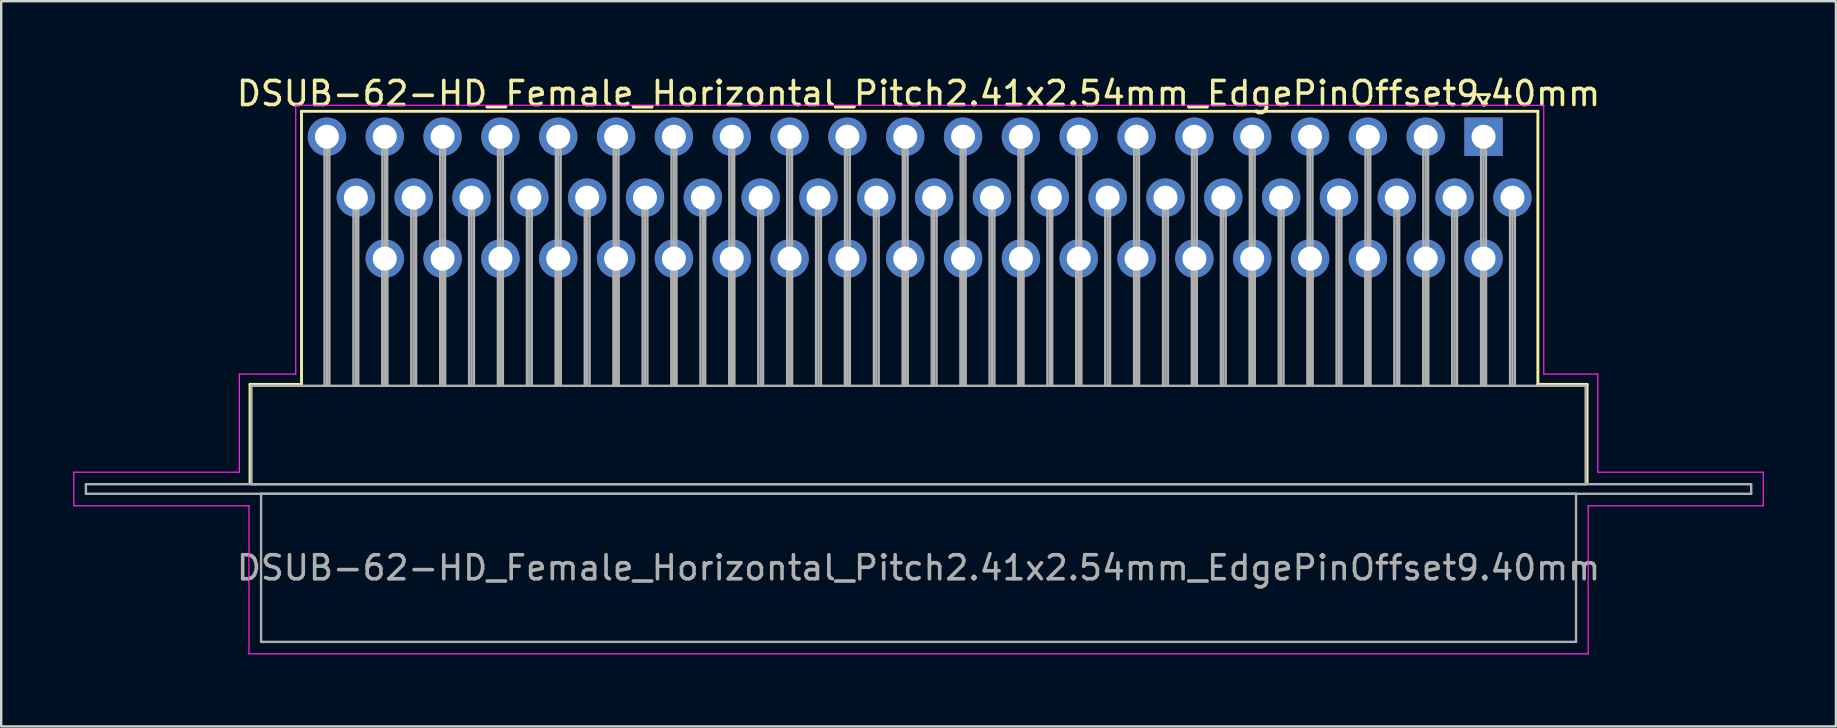
<source format=kicad_pcb>
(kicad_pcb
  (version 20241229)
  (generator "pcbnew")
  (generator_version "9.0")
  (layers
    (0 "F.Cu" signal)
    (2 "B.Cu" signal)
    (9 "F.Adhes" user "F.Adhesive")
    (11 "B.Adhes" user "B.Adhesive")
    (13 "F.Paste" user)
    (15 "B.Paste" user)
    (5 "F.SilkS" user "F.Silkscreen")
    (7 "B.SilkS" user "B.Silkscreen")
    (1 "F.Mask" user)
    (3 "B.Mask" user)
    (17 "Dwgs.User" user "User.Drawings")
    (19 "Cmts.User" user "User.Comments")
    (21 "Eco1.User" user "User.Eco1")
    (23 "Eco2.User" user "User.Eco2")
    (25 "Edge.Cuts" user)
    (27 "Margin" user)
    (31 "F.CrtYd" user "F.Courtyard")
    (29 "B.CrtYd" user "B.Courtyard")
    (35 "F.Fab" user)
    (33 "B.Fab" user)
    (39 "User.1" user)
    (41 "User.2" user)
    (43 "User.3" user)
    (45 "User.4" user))
  (footprint "DSUB-62-HD_Female_Horizontal_Pitch2.41x2.54mm_EdgePinOffset9.40mm"
    (layer "F.Cu")
    (at 58.775 2.648)
    (property "Reference" "DSUB-62-HD_Female_Horizontal_Pitch2.41x2.54mm_EdgePinOffset9.40mm" (at -23.545 -1.8 0) (layer "F.SilkS") (effects (font (size 1 1) (thickness 0.15))))
    (attr through_hole)
    (fp_line (start -51.405 10.32) (end -49.26 10.32) (stroke (width 0.12) (type solid)) (layer "F.SilkS"))
    (fp_line (start -51.405 14.42) (end -51.405 10.32) (stroke (width 0.12) (type solid)) (layer "F.SilkS"))
    (fp_line (start -49.26 -1.06) (end 2.265 -1.06) (stroke (width 0.12) (type solid)) (layer "F.SilkS"))
    (fp_line (start -49.26 10.32) (end -49.26 -1.06) (stroke (width 0.12) (type solid)) (layer "F.SilkS"))
    (fp_line (start -0.25 -1.754) (end 0.25 -1.754) (stroke (width 0.12) (type solid)) (layer "F.SilkS"))
    (fp_line (start 0 -1.321) (end -0.25 -1.754) (stroke (width 0.12) (type solid)) (layer "F.SilkS"))
    (fp_line (start 0.25 -1.754) (end 0 -1.321) (stroke (width 0.12) (type solid)) (layer "F.SilkS"))
    (fp_line (start 2.265 -1.06) (end 2.265 10.32) (stroke (width 0.12) (type solid)) (layer "F.SilkS"))
    (fp_line (start 2.265 10.32) (end 4.315 10.32) (stroke (width 0.12) (type solid)) (layer "F.SilkS"))
    (fp_line (start 4.315 10.32) (end 4.315 14.42) (stroke (width 0.12) (type solid)) (layer "F.SilkS"))
    (fp_line (start -58.75 13.98) (end -51.85 13.98) (stroke (width 0.05) (type solid)) (layer "F.CrtYd"))
    (fp_line (start -58.75 15.38) (end -58.75 13.98) (stroke (width 0.05) (type solid)) (layer "F.CrtYd"))
    (fp_line (start -51.85 9.89) (end -49.5 9.89) (stroke (width 0.05) (type solid)) (layer "F.CrtYd"))
    (fp_line (start -51.85 13.98) (end -51.85 9.89) (stroke (width 0.05) (type solid)) (layer "F.CrtYd"))
    (fp_line (start -51.45 15.38) (end -58.75 15.38) (stroke (width 0.05) (type solid)) (layer "F.CrtYd"))
    (fp_line (start -51.45 21.55) (end -51.45 15.38) (stroke (width 0.05) (type solid)) (layer "F.CrtYd"))
    (fp_line (start -49.5 -1.31) (end 2.51 -1.31) (stroke (width 0.05) (type solid)) (layer "F.CrtYd"))
    (fp_line (start -49.5 9.89) (end -49.5 -1.31) (stroke (width 0.05) (type solid)) (layer "F.CrtYd"))
    (fp_line (start 2.51 -1.31) (end 2.51 9.89) (stroke (width 0.05) (type solid)) (layer "F.CrtYd"))
    (fp_line (start 2.51 9.89) (end 4.76 9.89) (stroke (width 0.05) (type solid)) (layer "F.CrtYd"))
    (fp_line (start 4.36 15.38) (end 4.36 21.55) (stroke (width 0.05) (type solid)) (layer "F.CrtYd"))
    (fp_line (start 4.36 21.55) (end -51.45 21.55) (stroke (width 0.05) (type solid)) (layer "F.CrtYd"))
    (fp_line (start 4.76 9.89) (end 4.76 13.98) (stroke (width 0.05) (type solid)) (layer "F.CrtYd"))
    (fp_line (start 4.76 13.98) (end 11.66 13.98) (stroke (width 0.05) (type solid)) (layer "F.CrtYd"))
    (fp_line (start 11.66 13.98) (end 11.66 15.38) (stroke (width 0.05) (type solid)) (layer "F.CrtYd"))
    (fp_line (start 11.66 15.38) (end 4.36 15.38) (stroke (width 0.05) (type solid)) (layer "F.CrtYd"))
    (fp_line (start -58.245 14.48) (end -58.245 14.88) (stroke (width 0.1) (type solid)) (layer "F.Fab"))
    (fp_line (start -58.245 14.88) (end 11.155 14.88) (stroke (width 0.1) (type solid)) (layer "F.Fab"))
    (fp_line (start -51.345 10.38) (end -51.345 14.48) (stroke (width 0.1) (type solid)) (layer "F.Fab"))
    (fp_line (start -51.345 14.48) (end 4.255 14.48) (stroke (width 0.1) (type solid)) (layer "F.Fab"))
    (fp_line (start -50.945 14.88) (end -50.945 21.05) (stroke (width 0.1) (type solid)) (layer "F.Fab"))
    (fp_line (start -50.945 21.05) (end 3.855 21.05) (stroke (width 0.1) (type solid)) (layer "F.Fab"))
    (fp_line (start -48.3 0) (end -48.3 10.38) (stroke (width 0.1) (type solid)) (layer "F.Fab"))
    (fp_line (start -48.2 0) (end -48.2 10.38) (stroke (width 0.1) (type solid)) (layer "F.Fab"))
    (fp_line (start -48.1 0) (end -48.1 10.38) (stroke (width 0.1) (type solid)) (layer "F.Fab"))
    (fp_line (start -47.095 2.54) (end -47.095 10.38) (stroke (width 0.1) (type solid)) (layer "F.Fab"))
    (fp_line (start -46.995 2.54) (end -46.995 10.38) (stroke (width 0.1) (type solid)) (layer "F.Fab"))
    (fp_line (start -46.895 2.54) (end -46.895 10.38) (stroke (width 0.1) (type solid)) (layer "F.Fab"))
    (fp_line (start -45.89 0) (end -45.89 10.38) (stroke (width 0.1) (type solid)) (layer "F.Fab"))
    (fp_line (start -45.89 5.08) (end -45.89 10.38) (stroke (width 0.1) (type solid)) (layer "F.Fab"))
    (fp_line (start -45.79 0) (end -45.79 10.38) (stroke (width 0.1) (type solid)) (layer "F.Fab"))
    (fp_line (start -45.79 5.08) (end -45.79 10.38) (stroke (width 0.1) (type solid)) (layer "F.Fab"))
    (fp_line (start -45.69 0) (end -45.69 10.38) (stroke (width 0.1) (type solid)) (layer "F.Fab"))
    (fp_line (start -45.69 5.08) (end -45.69 10.38) (stroke (width 0.1) (type solid)) (layer "F.Fab"))
    (fp_line (start -44.685 2.54) (end -44.685 10.38) (stroke (width 0.1) (type solid)) (layer "F.Fab"))
    (fp_line (start -44.585 2.54) (end -44.585 10.38) (stroke (width 0.1) (type solid)) (layer "F.Fab"))
    (fp_line (start -44.485 2.54) (end -44.485 10.38) (stroke (width 0.1) (type solid)) (layer "F.Fab"))
    (fp_line (start -43.48 0) (end -43.48 10.38) (stroke (width 0.1) (type solid)) (layer "F.Fab"))
    (fp_line (start -43.48 5.08) (end -43.48 10.38) (stroke (width 0.1) (type solid)) (layer "F.Fab"))
    (fp_line (start -43.38 0) (end -43.38 10.38) (stroke (width 0.1) (type solid)) (layer "F.Fab"))
    (fp_line (start -43.38 5.08) (end -43.38 10.38) (stroke (width 0.1) (type solid)) (layer "F.Fab"))
    (fp_line (start -43.28 0) (end -43.28 10.38) (stroke (width 0.1) (type solid)) (layer "F.Fab"))
    (fp_line (start -43.28 5.08) (end -43.28 10.38) (stroke (width 0.1) (type solid)) (layer "F.Fab"))
    (fp_line (start -42.275 2.54) (end -42.275 10.38) (stroke (width 0.1) (type solid)) (layer "F.Fab"))
    (fp_line (start -42.175 2.54) (end -42.175 10.38) (stroke (width 0.1) (type solid)) (layer "F.Fab"))
    (fp_line (start -42.075 2.54) (end -42.075 10.38) (stroke (width 0.1) (type solid)) (layer "F.Fab"))
    (fp_line (start -41.07 0) (end -41.07 10.38) (stroke (width 0.1) (type solid)) (layer "F.Fab"))
    (fp_line (start -41.07 5.08) (end -41.07 10.38) (stroke (width 0.1) (type solid)) (layer "F.Fab"))
    (fp_line (start -40.97 0) (end -40.97 10.38) (stroke (width 0.1) (type solid)) (layer "F.Fab"))
    (fp_line (start -40.97 5.08) (end -40.97 10.38) (stroke (width 0.1) (type solid)) (layer "F.Fab"))
    (fp_line (start -40.87 0) (end -40.87 10.38) (stroke (width 0.1) (type solid)) (layer "F.Fab"))
    (fp_line (start -40.87 5.08) (end -40.87 10.38) (stroke (width 0.1) (type solid)) (layer "F.Fab"))
    (fp_line (start -39.865 2.54) (end -39.865 10.38) (stroke (width 0.1) (type solid)) (layer "F.Fab"))
    (fp_line (start -39.765 2.54) (end -39.765 10.38) (stroke (width 0.1) (type solid)) (layer "F.Fab"))
    (fp_line (start -39.665 2.54) (end -39.665 10.38) (stroke (width 0.1) (type solid)) (layer "F.Fab"))
    (fp_line (start -38.66 0) (end -38.66 10.38) (stroke (width 0.1) (type solid)) (layer "F.Fab"))
    (fp_line (start -38.66 5.08) (end -38.66 10.38) (stroke (width 0.1) (type solid)) (layer "F.Fab"))
    (fp_line (start -38.56 0) (end -38.56 10.38) (stroke (width 0.1) (type solid)) (layer "F.Fab"))
    (fp_line (start -38.56 5.08) (end -38.56 10.38) (stroke (width 0.1) (type solid)) (layer "F.Fab"))
    (fp_line (start -38.46 0) (end -38.46 10.38) (stroke (width 0.1) (type solid)) (layer "F.Fab"))
    (fp_line (start -38.46 5.08) (end -38.46 10.38) (stroke (width 0.1) (type solid)) (layer "F.Fab"))
    (fp_line (start -37.455 2.54) (end -37.455 10.38) (stroke (width 0.1) (type solid)) (layer "F.Fab"))
    (fp_line (start -37.355 2.54) (end -37.355 10.38) (stroke (width 0.1) (type solid)) (layer "F.Fab"))
    (fp_line (start -37.255 2.54) (end -37.255 10.38) (stroke (width 0.1) (type solid)) (layer "F.Fab"))
    (fp_line (start -36.25 0) (end -36.25 10.38) (stroke (width 0.1) (type solid)) (layer "F.Fab"))
    (fp_line (start -36.25 5.08) (end -36.25 10.38) (stroke (width 0.1) (type solid)) (layer "F.Fab"))
    (fp_line (start -36.15 0) (end -36.15 10.38) (stroke (width 0.1) (type solid)) (layer "F.Fab"))
    (fp_line (start -36.15 5.08) (end -36.15 10.38) (stroke (width 0.1) (type solid)) (layer "F.Fab"))
    (fp_line (start -36.05 0) (end -36.05 10.38) (stroke (width 0.1) (type solid)) (layer "F.Fab"))
    (fp_line (start -36.05 5.08) (end -36.05 10.38) (stroke (width 0.1) (type solid)) (layer "F.Fab"))
    (fp_line (start -35.045 2.54) (end -35.045 10.38) (stroke (width 0.1) (type solid)) (layer "F.Fab"))
    (fp_line (start -34.945 2.54) (end -34.945 10.38) (stroke (width 0.1) (type solid)) (layer "F.Fab"))
    (fp_line (start -34.845 2.54) (end -34.845 10.38) (stroke (width 0.1) (type solid)) (layer "F.Fab"))
    (fp_line (start -33.84 0) (end -33.84 10.38) (stroke (width 0.1) (type solid)) (layer "F.Fab"))
    (fp_line (start -33.84 5.08) (end -33.84 10.38) (stroke (width 0.1) (type solid)) (layer "F.Fab"))
    (fp_line (start -33.74 0) (end -33.74 10.38) (stroke (width 0.1) (type solid)) (layer "F.Fab"))
    (fp_line (start -33.74 5.08) (end -33.74 10.38) (stroke (width 0.1) (type solid)) (layer "F.Fab"))
    (fp_line (start -33.64 0) (end -33.64 10.38) (stroke (width 0.1) (type solid)) (layer "F.Fab"))
    (fp_line (start -33.64 5.08) (end -33.64 10.38) (stroke (width 0.1) (type solid)) (layer "F.Fab"))
    (fp_line (start -32.635 2.54) (end -32.635 10.38) (stroke (width 0.1) (type solid)) (layer "F.Fab"))
    (fp_line (start -32.535 2.54) (end -32.535 10.38) (stroke (width 0.1) (type solid)) (layer "F.Fab"))
    (fp_line (start -32.435 2.54) (end -32.435 10.38) (stroke (width 0.1) (type solid)) (layer "F.Fab"))
    (fp_line (start -31.43 0) (end -31.43 10.38) (stroke (width 0.1) (type solid)) (layer "F.Fab"))
    (fp_line (start -31.43 5.08) (end -31.43 10.38) (stroke (width 0.1) (type solid)) (layer "F.Fab"))
    (fp_line (start -31.33 0) (end -31.33 10.38) (stroke (width 0.1) (type solid)) (layer "F.Fab"))
    (fp_line (start -31.33 5.08) (end -31.33 10.38) (stroke (width 0.1) (type solid)) (layer "F.Fab"))
    (fp_line (start -31.23 0) (end -31.23 10.38) (stroke (width 0.1) (type solid)) (layer "F.Fab"))
    (fp_line (start -31.23 5.08) (end -31.23 10.38) (stroke (width 0.1) (type solid)) (layer "F.Fab"))
    (fp_line (start -30.225 2.54) (end -30.225 10.38) (stroke (width 0.1) (type solid)) (layer "F.Fab"))
    (fp_line (start -30.125 2.54) (end -30.125 10.38) (stroke (width 0.1) (type solid)) (layer "F.Fab"))
    (fp_line (start -30.025 2.54) (end -30.025 10.38) (stroke (width 0.1) (type solid)) (layer "F.Fab"))
    (fp_line (start -29.02 0) (end -29.02 10.38) (stroke (width 0.1) (type solid)) (layer "F.Fab"))
    (fp_line (start -29.02 5.08) (end -29.02 10.38) (stroke (width 0.1) (type solid)) (layer "F.Fab"))
    (fp_line (start -28.92 0) (end -28.92 10.38) (stroke (width 0.1) (type solid)) (layer "F.Fab"))
    (fp_line (start -28.92 5.08) (end -28.92 10.38) (stroke (width 0.1) (type solid)) (layer "F.Fab"))
    (fp_line (start -28.82 0) (end -28.82 10.38) (stroke (width 0.1) (type solid)) (layer "F.Fab"))
    (fp_line (start -28.82 5.08) (end -28.82 10.38) (stroke (width 0.1) (type solid)) (layer "F.Fab"))
    (fp_line (start -27.815 2.54) (end -27.815 10.38) (stroke (width 0.1) (type solid)) (layer "F.Fab"))
    (fp_line (start -27.715 2.54) (end -27.715 10.38) (stroke (width 0.1) (type solid)) (layer "F.Fab"))
    (fp_line (start -27.615 2.54) (end -27.615 10.38) (stroke (width 0.1) (type solid)) (layer "F.Fab"))
    (fp_line (start -26.61 0) (end -26.61 10.38) (stroke (width 0.1) (type solid)) (layer "F.Fab"))
    (fp_line (start -26.61 5.08) (end -26.61 10.38) (stroke (width 0.1) (type solid)) (layer "F.Fab"))
    (fp_line (start -26.51 0) (end -26.51 10.38) (stroke (width 0.1) (type solid)) (layer "F.Fab"))
    (fp_line (start -26.51 5.08) (end -26.51 10.38) (stroke (width 0.1) (type solid)) (layer "F.Fab"))
    (fp_line (start -26.41 0) (end -26.41 10.38) (stroke (width 0.1) (type solid)) (layer "F.Fab"))
    (fp_line (start -26.41 5.08) (end -26.41 10.38) (stroke (width 0.1) (type solid)) (layer "F.Fab"))
    (fp_line (start -25.405 2.54) (end -25.405 10.38) (stroke (width 0.1) (type solid)) (layer "F.Fab"))
    (fp_line (start -25.305 2.54) (end -25.305 10.38) (stroke (width 0.1) (type solid)) (layer "F.Fab"))
    (fp_line (start -25.205 2.54) (end -25.205 10.38) (stroke (width 0.1) (type solid)) (layer "F.Fab"))
    (fp_line (start -24.2 0) (end -24.2 10.38) (stroke (width 0.1) (type solid)) (layer "F.Fab"))
    (fp_line (start -24.2 5.08) (end -24.2 10.38) (stroke (width 0.1) (type solid)) (layer "F.Fab"))
    (fp_line (start -24.1 0) (end -24.1 10.38) (stroke (width 0.1) (type solid)) (layer "F.Fab"))
    (fp_line (start -24.1 5.08) (end -24.1 10.38) (stroke (width 0.1) (type solid)) (layer "F.Fab"))
    (fp_line (start -24 0) (end -24 10.38) (stroke (width 0.1) (type solid)) (layer "F.Fab"))
    (fp_line (start -24 5.08) (end -24 10.38) (stroke (width 0.1) (type solid)) (layer "F.Fab"))
    (fp_line (start -22.995 2.54) (end -22.995 10.38) (stroke (width 0.1) (type solid)) (layer "F.Fab"))
    (fp_line (start -22.895 2.54) (end -22.895 10.38) (stroke (width 0.1) (type solid)) (layer "F.Fab"))
    (fp_line (start -22.795 2.54) (end -22.795 10.38) (stroke (width 0.1) (type solid)) (layer "F.Fab"))
    (fp_line (start -21.79 0) (end -21.79 10.38) (stroke (width 0.1) (type solid)) (layer "F.Fab"))
    (fp_line (start -21.79 5.08) (end -21.79 10.38) (stroke (width 0.1) (type solid)) (layer "F.Fab"))
    (fp_line (start -21.69 0) (end -21.69 10.38) (stroke (width 0.1) (type solid)) (layer "F.Fab"))
    (fp_line (start -21.69 5.08) (end -21.69 10.38) (stroke (width 0.1) (type solid)) (layer "F.Fab"))
    (fp_line (start -21.59 0) (end -21.59 10.38) (stroke (width 0.1) (type solid)) (layer "F.Fab"))
    (fp_line (start -21.59 5.08) (end -21.59 10.38) (stroke (width 0.1) (type solid)) (layer "F.Fab"))
    (fp_line (start -20.585 2.54) (end -20.585 10.38) (stroke (width 0.1) (type solid)) (layer "F.Fab"))
    (fp_line (start -20.485 2.54) (end -20.485 10.38) (stroke (width 0.1) (type solid)) (layer "F.Fab"))
    (fp_line (start -20.385 2.54) (end -20.385 10.38) (stroke (width 0.1) (type solid)) (layer "F.Fab"))
    (fp_line (start -19.38 0) (end -19.38 10.38) (stroke (width 0.1) (type solid)) (layer "F.Fab"))
    (fp_line (start -19.38 5.08) (end -19.38 10.38) (stroke (width 0.1) (type solid)) (layer "F.Fab"))
    (fp_line (start -19.28 0) (end -19.28 10.38) (stroke (width 0.1) (type solid)) (layer "F.Fab"))
    (fp_line (start -19.28 5.08) (end -19.28 10.38) (stroke (width 0.1) (type solid)) (layer "F.Fab"))
    (fp_line (start -19.18 0) (end -19.18 10.38) (stroke (width 0.1) (type solid)) (layer "F.Fab"))
    (fp_line (start -19.18 5.08) (end -19.18 10.38) (stroke (width 0.1) (type solid)) (layer "F.Fab"))
    (fp_line (start -18.175 2.54) (end -18.175 10.38) (stroke (width 0.1) (type solid)) (layer "F.Fab"))
    (fp_line (start -18.075 2.54) (end -18.075 10.38) (stroke (width 0.1) (type solid)) (layer "F.Fab"))
    (fp_line (start -17.975 2.54) (end -17.975 10.38) (stroke (width 0.1) (type solid)) (layer "F.Fab"))
    (fp_line (start -16.97 0) (end -16.97 10.38) (stroke (width 0.1) (type solid)) (layer "F.Fab"))
    (fp_line (start -16.97 5.08) (end -16.97 10.38) (stroke (width 0.1) (type solid)) (layer "F.Fab"))
    (fp_line (start -16.87 0) (end -16.87 10.38) (stroke (width 0.1) (type solid)) (layer "F.Fab"))
    (fp_line (start -16.87 5.08) (end -16.87 10.38) (stroke (width 0.1) (type solid)) (layer "F.Fab"))
    (fp_line (start -16.77 0) (end -16.77 10.38) (stroke (width 0.1) (type solid)) (layer "F.Fab"))
    (fp_line (start -16.77 5.08) (end -16.77 10.38) (stroke (width 0.1) (type solid)) (layer "F.Fab"))
    (fp_line (start -15.765 2.54) (end -15.765 10.38) (stroke (width 0.1) (type solid)) (layer "F.Fab"))
    (fp_line (start -15.665 2.54) (end -15.665 10.38) (stroke (width 0.1) (type solid)) (layer "F.Fab"))
    (fp_line (start -15.565 2.54) (end -15.565 10.38) (stroke (width 0.1) (type solid)) (layer "F.Fab"))
    (fp_line (start -14.56 0) (end -14.56 10.38) (stroke (width 0.1) (type solid)) (layer "F.Fab"))
    (fp_line (start -14.56 5.08) (end -14.56 10.38) (stroke (width 0.1) (type solid)) (layer "F.Fab"))
    (fp_line (start -14.46 0) (end -14.46 10.38) (stroke (width 0.1) (type solid)) (layer "F.Fab"))
    (fp_line (start -14.46 5.08) (end -14.46 10.38) (stroke (width 0.1) (type solid)) (layer "F.Fab"))
    (fp_line (start -14.36 0) (end -14.36 10.38) (stroke (width 0.1) (type solid)) (layer "F.Fab"))
    (fp_line (start -14.36 5.08) (end -14.36 10.38) (stroke (width 0.1) (type solid)) (layer "F.Fab"))
    (fp_line (start -13.355 2.54) (end -13.355 10.38) (stroke (width 0.1) (type solid)) (layer "F.Fab"))
    (fp_line (start -13.255 2.54) (end -13.255 10.38) (stroke (width 0.1) (type solid)) (layer "F.Fab"))
    (fp_line (start -13.155 2.54) (end -13.155 10.38) (stroke (width 0.1) (type solid)) (layer "F.Fab"))
    (fp_line (start -12.15 0) (end -12.15 10.38) (stroke (width 0.1) (type solid)) (layer "F.Fab"))
    (fp_line (start -12.15 5.08) (end -12.15 10.38) (stroke (width 0.1) (type solid)) (layer "F.Fab"))
    (fp_line (start -12.05 0) (end -12.05 10.38) (stroke (width 0.1) (type solid)) (layer "F.Fab"))
    (fp_line (start -12.05 5.08) (end -12.05 10.38) (stroke (width 0.1) (type solid)) (layer "F.Fab"))
    (fp_line (start -11.95 0) (end -11.95 10.38) (stroke (width 0.1) (type solid)) (layer "F.Fab"))
    (fp_line (start -11.95 5.08) (end -11.95 10.38) (stroke (width 0.1) (type solid)) (layer "F.Fab"))
    (fp_line (start -10.945 2.54) (end -10.945 10.38) (stroke (width 0.1) (type solid)) (layer "F.Fab"))
    (fp_line (start -10.845 2.54) (end -10.845 10.38) (stroke (width 0.1) (type solid)) (layer "F.Fab"))
    (fp_line (start -10.745 2.54) (end -10.745 10.38) (stroke (width 0.1) (type solid)) (layer "F.Fab"))
    (fp_line (start -9.74 0) (end -9.74 10.38) (stroke (width 0.1) (type solid)) (layer "F.Fab"))
    (fp_line (start -9.74 5.08) (end -9.74 10.38) (stroke (width 0.1) (type solid)) (layer "F.Fab"))
    (fp_line (start -9.64 0) (end -9.64 10.38) (stroke (width 0.1) (type solid)) (layer "F.Fab"))
    (fp_line (start -9.64 5.08) (end -9.64 10.38) (stroke (width 0.1) (type solid)) (layer "F.Fab"))
    (fp_line (start -9.54 0) (end -9.54 10.38) (stroke (width 0.1) (type solid)) (layer "F.Fab"))
    (fp_line (start -9.54 5.08) (end -9.54 10.38) (stroke (width 0.1) (type solid)) (layer "F.Fab"))
    (fp_line (start -8.535 2.54) (end -8.535 10.38) (stroke (width 0.1) (type solid)) (layer "F.Fab"))
    (fp_line (start -8.435 2.54) (end -8.435 10.38) (stroke (width 0.1) (type solid)) (layer "F.Fab"))
    (fp_line (start -8.335 2.54) (end -8.335 10.38) (stroke (width 0.1) (type solid)) (layer "F.Fab"))
    (fp_line (start -7.33 0) (end -7.33 10.38) (stroke (width 0.1) (type solid)) (layer "F.Fab"))
    (fp_line (start -7.33 5.08) (end -7.33 10.38) (stroke (width 0.1) (type solid)) (layer "F.Fab"))
    (fp_line (start -7.23 0) (end -7.23 10.38) (stroke (width 0.1) (type solid)) (layer "F.Fab"))
    (fp_line (start -7.23 5.08) (end -7.23 10.38) (stroke (width 0.1) (type solid)) (layer "F.Fab"))
    (fp_line (start -7.13 0) (end -7.13 10.38) (stroke (width 0.1) (type solid)) (layer "F.Fab"))
    (fp_line (start -7.13 5.08) (end -7.13 10.38) (stroke (width 0.1) (type solid)) (layer "F.Fab"))
    (fp_line (start -6.125 2.54) (end -6.125 10.38) (stroke (width 0.1) (type solid)) (layer "F.Fab"))
    (fp_line (start -6.025 2.54) (end -6.025 10.38) (stroke (width 0.1) (type solid)) (layer "F.Fab"))
    (fp_line (start -5.925 2.54) (end -5.925 10.38) (stroke (width 0.1) (type solid)) (layer "F.Fab"))
    (fp_line (start -4.92 0) (end -4.92 10.38) (stroke (width 0.1) (type solid)) (layer "F.Fab"))
    (fp_line (start -4.92 5.08) (end -4.92 10.38) (stroke (width 0.1) (type solid)) (layer "F.Fab"))
    (fp_line (start -4.82 0) (end -4.82 10.38) (stroke (width 0.1) (type solid)) (layer "F.Fab"))
    (fp_line (start -4.82 5.08) (end -4.82 10.38) (stroke (width 0.1) (type solid)) (layer "F.Fab"))
    (fp_line (start -4.72 0) (end -4.72 10.38) (stroke (width 0.1) (type solid)) (layer "F.Fab"))
    (fp_line (start -4.72 5.08) (end -4.72 10.38) (stroke (width 0.1) (type solid)) (layer "F.Fab"))
    (fp_line (start -3.715 2.54) (end -3.715 10.38) (stroke (width 0.1) (type solid)) (layer "F.Fab"))
    (fp_line (start -3.615 2.54) (end -3.615 10.38) (stroke (width 0.1) (type solid)) (layer "F.Fab"))
    (fp_line (start -3.515 2.54) (end -3.515 10.38) (stroke (width 0.1) (type solid)) (layer "F.Fab"))
    (fp_line (start -2.51 0) (end -2.51 10.38) (stroke (width 0.1) (type solid)) (layer "F.Fab"))
    (fp_line (start -2.51 5.08) (end -2.51 10.38) (stroke (width 0.1) (type solid)) (layer "F.Fab"))
    (fp_line (start -2.41 0) (end -2.41 10.38) (stroke (width 0.1) (type solid)) (layer "F.Fab"))
    (fp_line (start -2.41 5.08) (end -2.41 10.38) (stroke (width 0.1) (type solid)) (layer "F.Fab"))
    (fp_line (start -2.31 0) (end -2.31 10.38) (stroke (width 0.1) (type solid)) (layer "F.Fab"))
    (fp_line (start -2.31 5.08) (end -2.31 10.38) (stroke (width 0.1) (type solid)) (layer "F.Fab"))
    (fp_line (start -1.305 2.54) (end -1.305 10.38) (stroke (width 0.1) (type solid)) (layer "F.Fab"))
    (fp_line (start -1.205 2.54) (end -1.205 10.38) (stroke (width 0.1) (type solid)) (layer "F.Fab"))
    (fp_line (start -1.105 2.54) (end -1.105 10.38) (stroke (width 0.1) (type solid)) (layer "F.Fab"))
    (fp_line (start -0.1 0) (end -0.1 10.38) (stroke (width 0.1) (type solid)) (layer "F.Fab"))
    (fp_line (start -0.1 5.08) (end -0.1 10.38) (stroke (width 0.1) (type solid)) (layer "F.Fab"))
    (fp_line (start 0 0) (end 0 10.38) (stroke (width 0.1) (type solid)) (layer "F.Fab"))
    (fp_line (start 0 5.08) (end 0 10.38) (stroke (width 0.1) (type solid)) (layer "F.Fab"))
    (fp_line (start 0.1 0) (end 0.1 10.38) (stroke (width 0.1) (type solid)) (layer "F.Fab"))
    (fp_line (start 0.1 5.08) (end 0.1 10.38) (stroke (width 0.1) (type solid)) (layer "F.Fab"))
    (fp_line (start 1.105 2.54) (end 1.105 10.38) (stroke (width 0.1) (type solid)) (layer "F.Fab"))
    (fp_line (start 1.205 2.54) (end 1.205 10.38) (stroke (width 0.1) (type solid)) (layer "F.Fab"))
    (fp_line (start 1.305 2.54) (end 1.305 10.38) (stroke (width 0.1) (type solid)) (layer "F.Fab"))
    (fp_line (start 3.855 14.88) (end -50.945 14.88) (stroke (width 0.1) (type solid)) (layer "F.Fab"))
    (fp_line (start 3.855 21.05) (end 3.855 14.88) (stroke (width 0.1) (type solid)) (layer "F.Fab"))
    (fp_line (start 4.255 10.38) (end -51.345 10.38) (stroke (width 0.1) (type solid)) (layer "F.Fab"))
    (fp_line (start 4.255 14.48) (end 4.255 10.38) (stroke (width 0.1) (type solid)) (layer "F.Fab"))
    (fp_line (start 11.155 14.48) (end -58.245 14.48) (stroke (width 0.1) (type solid)) (layer "F.Fab"))
    (fp_line (start 11.155 14.88) (end 11.155 14.48) (stroke (width 0.1) (type solid)) (layer "F.Fab"))
    (fp_text user "${REFERENCE}" (at -23.545 17.965 0) (layer "F.Fab") (effects (font (size 1 1) (thickness 0.15))))
    (pad "1" thru_hole rect (at 0 0) (size 1.6 1.6) (drill 1) (layers "*.Cu" "*.Mask"))
    (pad "2" thru_hole circle (at -2.41 0) (size 1.6 1.6) (drill 1) (layers "*.Cu" "*.Mask"))
    (pad "3" thru_hole circle (at -4.82 0) (size 1.6 1.6) (drill 1) (layers "*.Cu" "*.Mask"))
    (pad "4" thru_hole circle (at -7.23 0) (size 1.6 1.6) (drill 1) (layers "*.Cu" "*.Mask"))
    (pad "5" thru_hole circle (at -9.64 0) (size 1.6 1.6) (drill 1) (layers "*.Cu" "*.Mask"))
    (pad "6" thru_hole circle (at -12.05 0) (size 1.6 1.6) (drill 1) (layers "*.Cu" "*.Mask"))
    (pad "7" thru_hole circle (at -14.46 0) (size 1.6 1.6) (drill 1) (layers "*.Cu" "*.Mask"))
    (pad "8" thru_hole circle (at -16.87 0) (size 1.6 1.6) (drill 1) (layers "*.Cu" "*.Mask"))
    (pad "9" thru_hole circle (at -19.28 0) (size 1.6 1.6) (drill 1) (layers "*.Cu" "*.Mask"))
    (pad "10" thru_hole circle (at -21.69 0) (size 1.6 1.6) (drill 1) (layers "*.Cu" "*.Mask"))
    (pad "11" thru_hole circle (at -24.1 0) (size 1.6 1.6) (drill 1) (layers "*.Cu" "*.Mask"))
    (pad "12" thru_hole circle (at -26.51 0) (size 1.6 1.6) (drill 1) (layers "*.Cu" "*.Mask"))
    (pad "13" thru_hole circle (at -28.92 0) (size 1.6 1.6) (drill 1) (layers "*.Cu" "*.Mask"))
    (pad "14" thru_hole circle (at -31.33 0) (size 1.6 1.6) (drill 1) (layers "*.Cu" "*.Mask"))
    (pad "15" thru_hole circle (at -33.74 0) (size 1.6 1.6) (drill 1) (layers "*.Cu" "*.Mask"))
    (pad "16" thru_hole circle (at -36.15 0) (size 1.6 1.6) (drill 1) (layers "*.Cu" "*.Mask"))
    (pad "17" thru_hole circle (at -38.56 0) (size 1.6 1.6) (drill 1) (layers "*.Cu" "*.Mask"))
    (pad "18" thru_hole circle (at -40.97 0) (size 1.6 1.6) (drill 1) (layers "*.Cu" "*.Mask"))
    (pad "19" thru_hole circle (at -43.38 0) (size 1.6 1.6) (drill 1) (layers "*.Cu" "*.Mask"))
    (pad "20" thru_hole circle (at -45.79 0) (size 1.6 1.6) (drill 1) (layers "*.Cu" "*.Mask"))
    (pad "21" thru_hole circle (at -48.2 0) (size 1.6 1.6) (drill 1) (layers "*.Cu" "*.Mask"))
    (pad "22" thru_hole circle (at 1.205 2.54) (size 1.6 1.6) (drill 1) (layers "*.Cu" "*.Mask"))
    (pad "23" thru_hole circle (at -1.205 2.54) (size 1.6 1.6) (drill 1) (layers "*.Cu" "*.Mask"))
    (pad "24" thru_hole circle (at -3.615 2.54) (size 1.6 1.6) (drill 1) (layers "*.Cu" "*.Mask"))
    (pad "25" thru_hole circle (at -6.025 2.54) (size 1.6 1.6) (drill 1) (layers "*.Cu" "*.Mask"))
    (pad "26" thru_hole circle (at -8.435 2.54) (size 1.6 1.6) (drill 1) (layers "*.Cu" "*.Mask"))
    (pad "27" thru_hole circle (at -10.845 2.54) (size 1.6 1.6) (drill 1) (layers "*.Cu" "*.Mask"))
    (pad "28" thru_hole circle (at -13.255 2.54) (size 1.6 1.6) (drill 1) (layers "*.Cu" "*.Mask"))
    (pad "29" thru_hole circle (at -15.665 2.54) (size 1.6 1.6) (drill 1) (layers "*.Cu" "*.Mask"))
    (pad "30" thru_hole circle (at -18.075 2.54) (size 1.6 1.6) (drill 1) (layers "*.Cu" "*.Mask"))
    (pad "31" thru_hole circle (at -20.485 2.54) (size 1.6 1.6) (drill 1) (layers "*.Cu" "*.Mask"))
    (pad "32" thru_hole circle (at -22.895 2.54) (size 1.6 1.6) (drill 1) (layers "*.Cu" "*.Mask"))
    (pad "33" thru_hole circle (at -25.305 2.54) (size 1.6 1.6) (drill 1) (layers "*.Cu" "*.Mask"))
    (pad "34" thru_hole circle (at -27.715 2.54) (size 1.6 1.6) (drill 1) (layers "*.Cu" "*.Mask"))
    (pad "35" thru_hole circle (at -30.125 2.54) (size 1.6 1.6) (drill 1) (layers "*.Cu" "*.Mask"))
    (pad "36" thru_hole circle (at -32.535 2.54) (size 1.6 1.6) (drill 1) (layers "*.Cu" "*.Mask"))
    (pad "37" thru_hole circle (at -34.945 2.54) (size 1.6 1.6) (drill 1) (layers "*.Cu" "*.Mask"))
    (pad "38" thru_hole circle (at -37.355 2.54) (size 1.6 1.6) (drill 1) (layers "*.Cu" "*.Mask"))
    (pad "39" thru_hole circle (at -39.765 2.54) (size 1.6 1.6) (drill 1) (layers "*.Cu" "*.Mask"))
    (pad "40" thru_hole circle (at -42.175 2.54) (size 1.6 1.6) (drill 1) (layers "*.Cu" "*.Mask"))
    (pad "41" thru_hole circle (at -44.585 2.54) (size 1.6 1.6) (drill 1) (layers "*.Cu" "*.Mask"))
    (pad "42" thru_hole circle (at -46.995 2.54) (size 1.6 1.6) (drill 1) (layers "*.Cu" "*.Mask"))
    (pad "43" thru_hole circle (at 0 5.08) (size 1.6 1.6) (drill 1) (layers "*.Cu" "*.Mask"))
    (pad "44" thru_hole circle (at -2.41 5.08) (size 1.6 1.6) (drill 1) (layers "*.Cu" "*.Mask"))
    (pad "45" thru_hole circle (at -4.82 5.08) (size 1.6 1.6) (drill 1) (layers "*.Cu" "*.Mask"))
    (pad "46" thru_hole circle (at -7.23 5.08) (size 1.6 1.6) (drill 1) (layers "*.Cu" "*.Mask"))
    (pad "47" thru_hole circle (at -9.64 5.08) (size 1.6 1.6) (drill 1) (layers "*.Cu" "*.Mask"))
    (pad "48" thru_hole circle (at -12.05 5.08) (size 1.6 1.6) (drill 1) (layers "*.Cu" "*.Mask"))
    (pad "49" thru_hole circle (at -14.46 5.08) (size 1.6 1.6) (drill 1) (layers "*.Cu" "*.Mask"))
    (pad "50" thru_hole circle (at -16.87 5.08) (size 1.6 1.6) (drill 1) (layers "*.Cu" "*.Mask"))
    (pad "51" thru_hole circle (at -19.28 5.08) (size 1.6 1.6) (drill 1) (layers "*.Cu" "*.Mask"))
    (pad "52" thru_hole circle (at -21.69 5.08) (size 1.6 1.6) (drill 1) (layers "*.Cu" "*.Mask"))
    (pad "53" thru_hole circle (at -24.1 5.08) (size 1.6 1.6) (drill 1) (layers "*.Cu" "*.Mask"))
    (pad "54" thru_hole circle (at -26.51 5.08) (size 1.6 1.6) (drill 1) (layers "*.Cu" "*.Mask"))
    (pad "55" thru_hole circle (at -28.92 5.08) (size 1.6 1.6) (drill 1) (layers "*.Cu" "*.Mask"))
    (pad "56" thru_hole circle (at -31.33 5.08) (size 1.6 1.6) (drill 1) (layers "*.Cu" "*.Mask"))
    (pad "57" thru_hole circle (at -33.74 5.08) (size 1.6 1.6) (drill 1) (layers "*.Cu" "*.Mask"))
    (pad "58" thru_hole circle (at -36.15 5.08) (size 1.6 1.6) (drill 1) (layers "*.Cu" "*.Mask"))
    (pad "59" thru_hole circle (at -38.56 5.08) (size 1.6 1.6) (drill 1) (layers "*.Cu" "*.Mask"))
    (pad "60" thru_hole circle (at -40.97 5.08) (size 1.6 1.6) (drill 1) (layers "*.Cu" "*.Mask"))
    (pad "61" thru_hole circle (at -43.38 5.08) (size 1.6 1.6) (drill 1) (layers "*.Cu" "*.Mask"))
    (pad "62" thru_hole circle (at -45.79 5.08) (size 1.6 1.6) (drill 1) (layers "*.Cu" "*.Mask")))
  (gr_rect
    (start -3 -3)
    (end 73.46 27.223)
    (stroke (width 0.1) (type default))
    (fill no)
    (layer "Edge.Cuts")))
</source>
